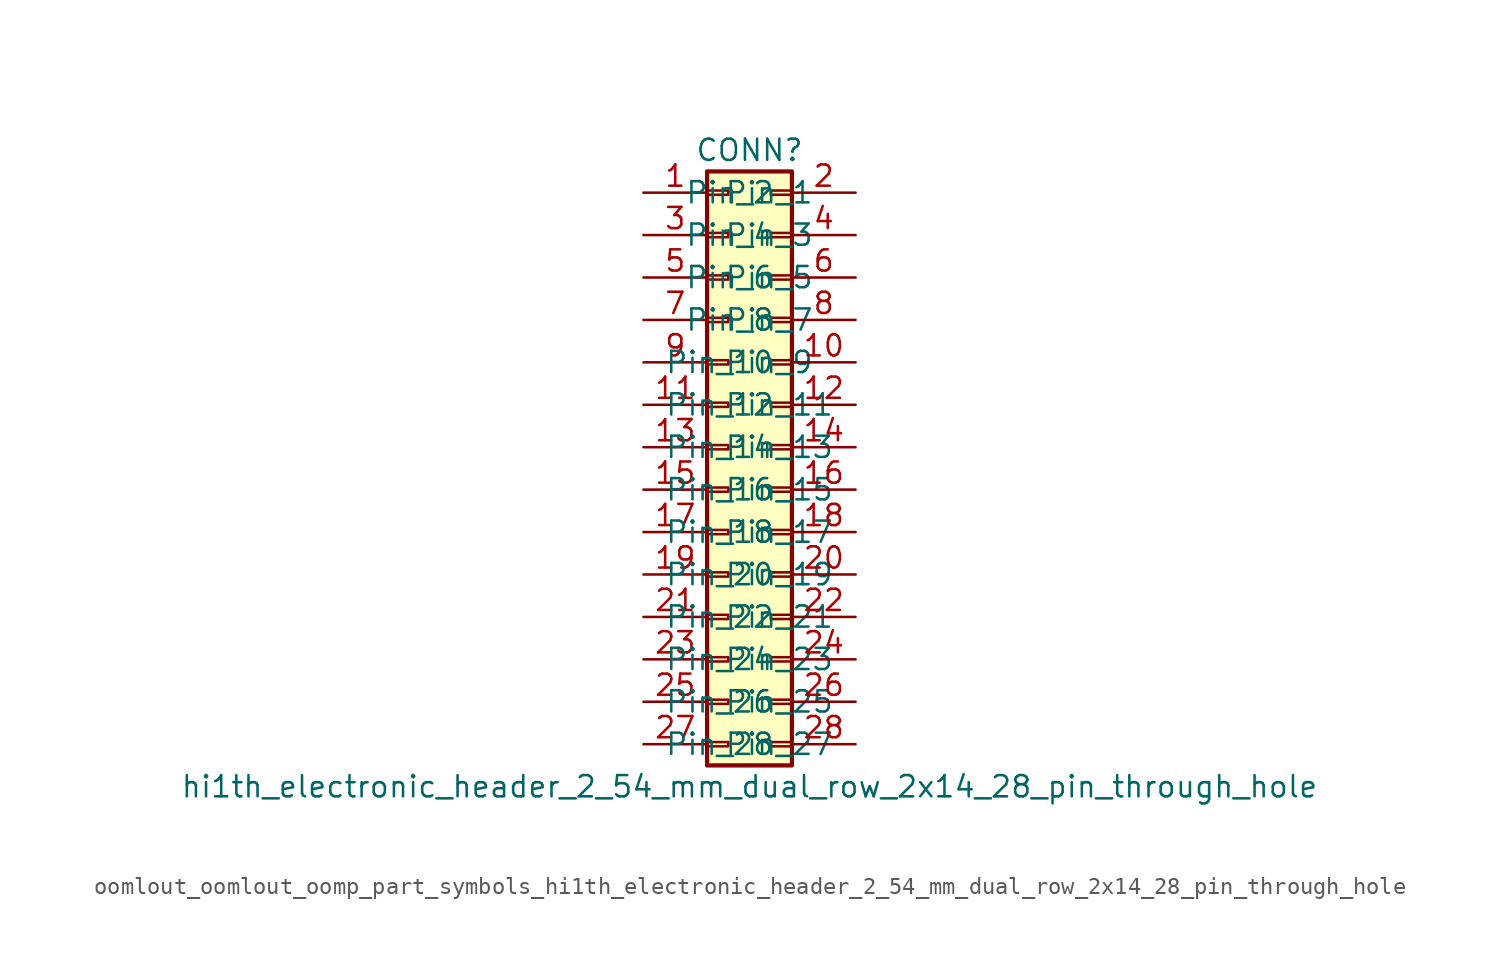
<source format=kicad_sym>
(kicad_symbol_lib
  (version 20220914)
  (generator kicad_symbol_editor)
  (symbol "oomlout_oomlout_oomp_part_symbols_hi1th_electronic_header_2_54_mm_dual_row_2x14_28_pin_through_hole"
    (pin_names
      (offset 1.016))
    (property "Reference" "CONN"
      (at 1.27 17.78 0)
      (effects (font (size 1.27 1.27))))
    (property "Value" "hi1th_electronic_header_2_54_mm_dual_row_2x14_28_pin_through_hole"
      (at 1.27 -20.32 0)
      (effects (font (size 1.27 1.27))))
    (symbol "oomlout_oomlout_oomp_part_symbols_hi1th_electronic_header_2_54_mm_dual_row_2x14_28_pin_through_hole_1_1"
      (rectangle (start -1.27 -17.653) (end 0 -17.907) (stroke (width 0.152) (type default)) (fill (type none)))
      (rectangle (start -1.27 -15.113) (end 0 -15.367) (stroke (width 0.152) (type default)) (fill (type none)))
      (rectangle (start -1.27 -12.573) (end 0 -12.827) (stroke (width 0.152) (type default)) (fill (type none)))
      (rectangle (start -1.27 -10.033) (end 0 -10.287) (stroke (width 0.152) (type default)) (fill (type none)))
      (rectangle (start -1.27 -7.493) (end 0 -7.747) (stroke (width 0.152) (type default)) (fill (type none)))
      (rectangle (start -1.27 -4.953) (end 0 -5.207) (stroke (width 0.152) (type default)) (fill (type none)))
      (rectangle (start -1.27 -2.413) (end 0 -2.667) (stroke (width 0.152) (type default)) (fill (type none)))
      (rectangle (start -1.27 0.127) (end 0 -0.127) (stroke (width 0.152) (type default)) (fill (type none)))
      (rectangle (start -1.27 2.667) (end 0 2.413) (stroke (width 0.152) (type default)) (fill (type none)))
      (rectangle (start -1.27 5.207) (end 0 4.953) (stroke (width 0.152) (type default)) (fill (type none)))
      (rectangle (start -1.27 7.747) (end 0 7.493) (stroke (width 0.152) (type default)) (fill (type none)))
      (rectangle (start -1.27 10.287) (end 0 10.033) (stroke (width 0.152) (type default)) (fill (type none)))
      (rectangle (start -1.27 12.827) (end 0 12.573) (stroke (width 0.152) (type default)) (fill (type none)))
      (rectangle (start -1.27 15.367) (end 0 15.113) (stroke (width 0.152) (type default)) (fill (type none)))
      (rectangle (start -1.27 16.51) (end 3.81 -19.05) (stroke (width 0.254) (type default)) (fill (type background)))
      (rectangle (start 3.81 -17.653) (end 2.54 -17.907) (stroke (width 0.152) (type default)) (fill (type none)))
      (rectangle (start 3.81 -15.113) (end 2.54 -15.367) (stroke (width 0.152) (type default)) (fill (type none)))
      (rectangle (start 3.81 -12.573) (end 2.54 -12.827) (stroke (width 0.152) (type default)) (fill (type none)))
      (rectangle (start 3.81 -10.033) (end 2.54 -10.287) (stroke (width 0.152) (type default)) (fill (type none)))
      (rectangle (start 3.81 -7.493) (end 2.54 -7.747) (stroke (width 0.152) (type default)) (fill (type none)))
      (rectangle (start 3.81 -4.953) (end 2.54 -5.207) (stroke (width 0.152) (type default)) (fill (type none)))
      (rectangle (start 3.81 -2.413) (end 2.54 -2.667) (stroke (width 0.152) (type default)) (fill (type none)))
      (rectangle (start 3.81 0.127) (end 2.54 -0.127) (stroke (width 0.152) (type default)) (fill (type none)))
      (rectangle (start 3.81 2.667) (end 2.54 2.413) (stroke (width 0.152) (type default)) (fill (type none)))
      (rectangle (start 3.81 5.207) (end 2.54 4.953) (stroke (width 0.152) (type default)) (fill (type none)))
      (rectangle (start 3.81 7.747) (end 2.54 7.493) (stroke (width 0.152) (type default)) (fill (type none)))
      (rectangle (start 3.81 10.287) (end 2.54 10.033) (stroke (width 0.152) (type default)) (fill (type none)))
      (rectangle (start 3.81 12.827) (end 2.54 12.573) (stroke (width 0.152) (type default)) (fill (type none)))
      (rectangle (start 3.81 15.367) (end 2.54 15.113) (stroke (width 0.152) (type default)) (fill (type none)))
      (pin passive line (at -5.08 15.24 0) (length 3.81) (name "Pin_1" (effects (font (size 1.27 1.27)))) (number "1" (effects (font (size 1.27 1.27)))))
      (pin passive line (at 7.62 5.08 180) (length 3.81) (name "Pin_10" (effects (font (size 1.27 1.27)))) (number "10" (effects (font (size 1.27 1.27)))))
      (pin passive line (at -5.08 2.54 0) (length 3.81) (name "Pin_11" (effects (font (size 1.27 1.27)))) (number "11" (effects (font (size 1.27 1.27)))))
      (pin passive line (at 7.62 2.54 180) (length 3.81) (name "Pin_12" (effects (font (size 1.27 1.27)))) (number "12" (effects (font (size 1.27 1.27)))))
      (pin passive line (at -5.08 0 0) (length 3.81) (name "Pin_13" (effects (font (size 1.27 1.27)))) (number "13" (effects (font (size 1.27 1.27)))))
      (pin passive line (at 7.62 0 180) (length 3.81) (name "Pin_14" (effects (font (size 1.27 1.27)))) (number "14" (effects (font (size 1.27 1.27)))))
      (pin passive line (at -5.08 -2.54 0) (length 3.81) (name "Pin_15" (effects (font (size 1.27 1.27)))) (number "15" (effects (font (size 1.27 1.27)))))
      (pin passive line (at 7.62 -2.54 180) (length 3.81) (name "Pin_16" (effects (font (size 1.27 1.27)))) (number "16" (effects (font (size 1.27 1.27)))))
      (pin passive line (at -5.08 -5.08 0) (length 3.81) (name "Pin_17" (effects (font (size 1.27 1.27)))) (number "17" (effects (font (size 1.27 1.27)))))
      (pin passive line (at 7.62 -5.08 180) (length 3.81) (name "Pin_18" (effects (font (size 1.27 1.27)))) (number "18" (effects (font (size 1.27 1.27)))))
      (pin passive line (at -5.08 -7.62 0) (length 3.81) (name "Pin_19" (effects (font (size 1.27 1.27)))) (number "19" (effects (font (size 1.27 1.27)))))
      (pin passive line (at 7.62 15.24 180) (length 3.81) (name "Pin_2" (effects (font (size 1.27 1.27)))) (number "2" (effects (font (size 1.27 1.27)))))
      (pin passive line (at 7.62 -7.62 180) (length 3.81) (name "Pin_20" (effects (font (size 1.27 1.27)))) (number "20" (effects (font (size 1.27 1.27)))))
      (pin passive line (at -5.08 -10.16 0) (length 3.81) (name "Pin_21" (effects (font (size 1.27 1.27)))) (number "21" (effects (font (size 1.27 1.27)))))
      (pin passive line (at 7.62 -10.16 180) (length 3.81) (name "Pin_22" (effects (font (size 1.27 1.27)))) (number "22" (effects (font (size 1.27 1.27)))))
      (pin passive line (at -5.08 -12.7 0) (length 3.81) (name "Pin_23" (effects (font (size 1.27 1.27)))) (number "23" (effects (font (size 1.27 1.27)))))
      (pin passive line (at 7.62 -12.7 180) (length 3.81) (name "Pin_24" (effects (font (size 1.27 1.27)))) (number "24" (effects (font (size 1.27 1.27)))))
      (pin passive line (at -5.08 -15.24 0) (length 3.81) (name "Pin_25" (effects (font (size 1.27 1.27)))) (number "25" (effects (font (size 1.27 1.27)))))
      (pin passive line (at 7.62 -15.24 180) (length 3.81) (name "Pin_26" (effects (font (size 1.27 1.27)))) (number "26" (effects (font (size 1.27 1.27)))))
      (pin passive line (at -5.08 -17.78 0) (length 3.81) (name "Pin_27" (effects (font (size 1.27 1.27)))) (number "27" (effects (font (size 1.27 1.27)))))
      (pin passive line (at 7.62 -17.78 180) (length 3.81) (name "Pin_28" (effects (font (size 1.27 1.27)))) (number "28" (effects (font (size 1.27 1.27)))))
      (pin passive line (at -5.08 12.7 0) (length 3.81) (name "Pin_3" (effects (font (size 1.27 1.27)))) (number "3" (effects (font (size 1.27 1.27)))))
      (pin passive line (at 7.62 12.7 180) (length 3.81) (name "Pin_4" (effects (font (size 1.27 1.27)))) (number "4" (effects (font (size 1.27 1.27)))))
      (pin passive line (at -5.08 10.16 0) (length 3.81) (name "Pin_5" (effects (font (size 1.27 1.27)))) (number "5" (effects (font (size 1.27 1.27)))))
      (pin passive line (at 7.62 10.16 180) (length 3.81) (name "Pin_6" (effects (font (size 1.27 1.27)))) (number "6" (effects (font (size 1.27 1.27)))))
      (pin passive line (at -5.08 7.62 0) (length 3.81) (name "Pin_7" (effects (font (size 1.27 1.27)))) (number "7" (effects (font (size 1.27 1.27)))))
      (pin passive line (at 7.62 7.62 180) (length 3.81) (name "Pin_8" (effects (font (size 1.27 1.27)))) (number "8" (effects (font (size 1.27 1.27)))))
      (pin passive line (at -5.08 5.08 0) (length 3.81) (name "Pin_9" (effects (font (size 1.27 1.27)))) (number "9" (effects (font (size 1.27 1.27))))))))
</source>
